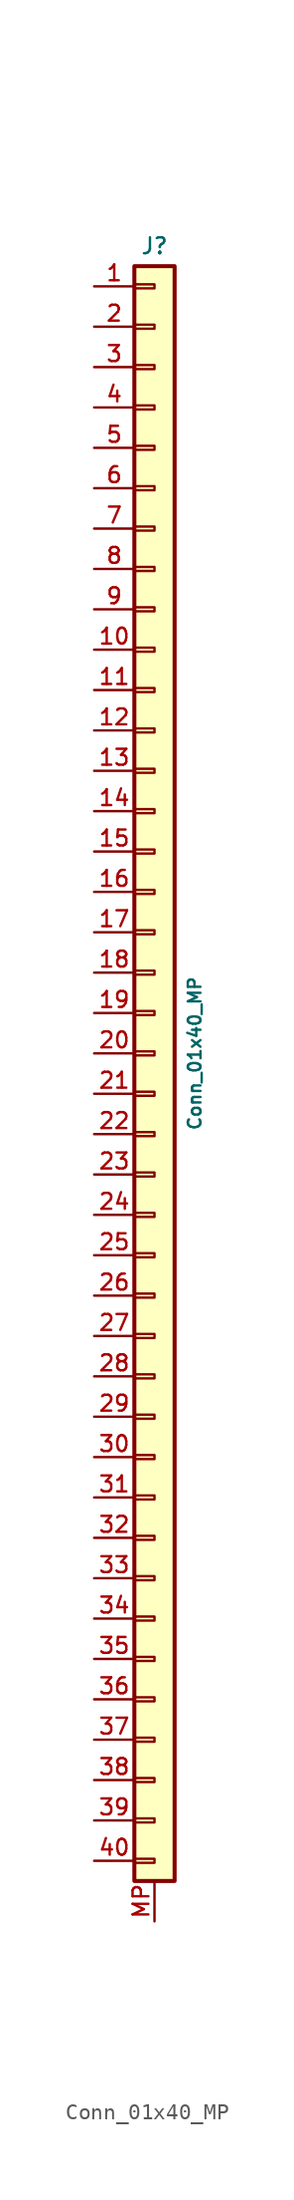
<source format=kicad_sym>
(kicad_symbol_lib
  (version 20201005)
  (generator kicad_symbol_editor)
  (symbol "HDLib_Connector:Conn_01x40_MP"
    (pin_names
      (offset 1.016) hide)
    (property "Reference" "J"
      (at 0 50.8 0)
      (effects (font (size 1 1))))
    (property "Value" "Conn_01x40_MP"
      (at 2.54 0 90)
      (effects (font (size 0.8 0.8))))
    (symbol "Conn_01x40_MP_1_1"
      (rectangle (start -1.27 -50.673) (end 0 -50.927) (stroke (width 0.152)) (fill (type none)))
      (rectangle (start -1.27 -48.133) (end 0 -48.387) (stroke (width 0.152)) (fill (type none)))
      (rectangle (start -1.27 -45.593) (end 0 -45.847) (stroke (width 0.152)) (fill (type none)))
      (rectangle (start -1.27 -43.053) (end 0 -43.307) (stroke (width 0.152)) (fill (type none)))
      (rectangle (start -1.27 -40.513) (end 0 -40.767) (stroke (width 0.152)) (fill (type none)))
      (rectangle (start -1.27 -37.973) (end 0 -38.227) (stroke (width 0.152)) (fill (type none)))
      (rectangle (start -1.27 -35.433) (end 0 -35.687) (stroke (width 0.152)) (fill (type none)))
      (rectangle (start -1.27 -32.893) (end 0 -33.147) (stroke (width 0.152)) (fill (type none)))
      (rectangle (start -1.27 -30.353) (end 0 -30.607) (stroke (width 0.152)) (fill (type none)))
      (rectangle (start -1.27 -27.813) (end 0 -28.067) (stroke (width 0.152)) (fill (type none)))
      (rectangle (start -1.27 -25.273) (end 0 -25.527) (stroke (width 0.152)) (fill (type none)))
      (rectangle (start -1.27 -22.733) (end 0 -22.987) (stroke (width 0.152)) (fill (type none)))
      (rectangle (start -1.27 -20.193) (end 0 -20.447) (stroke (width 0.152)) (fill (type none)))
      (rectangle (start -1.27 -17.653) (end 0 -17.907) (stroke (width 0.152)) (fill (type none)))
      (rectangle (start -1.27 -15.113) (end 0 -15.367) (stroke (width 0.152)) (fill (type none)))
      (rectangle (start -1.27 -12.573) (end 0 -12.827) (stroke (width 0.152)) (fill (type none)))
      (rectangle (start -1.27 -10.033) (end 0 -10.287) (stroke (width 0.152)) (fill (type none)))
      (rectangle (start -1.27 -7.493) (end 0 -7.747) (stroke (width 0.152)) (fill (type none)))
      (rectangle (start -1.27 -4.953) (end 0 -5.207) (stroke (width 0.152)) (fill (type none)))
      (rectangle (start -1.27 -2.413) (end 0 -2.667) (stroke (width 0.152)) (fill (type none)))
      (rectangle (start -1.27 0.127) (end 0 -0.127) (stroke (width 0.152)) (fill (type none)))
      (rectangle (start -1.27 2.667) (end 0 2.413) (stroke (width 0.152)) (fill (type none)))
      (rectangle (start -1.27 5.207) (end 0 4.953) (stroke (width 0.152)) (fill (type none)))
      (rectangle (start -1.27 7.747) (end 0 7.493) (stroke (width 0.152)) (fill (type none)))
      (rectangle (start -1.27 10.287) (end 0 10.033) (stroke (width 0.152)) (fill (type none)))
      (rectangle (start -1.27 12.827) (end 0 12.573) (stroke (width 0.152)) (fill (type none)))
      (rectangle (start -1.27 15.367) (end 0 15.113) (stroke (width 0.152)) (fill (type none)))
      (rectangle (start -1.27 17.907) (end 0 17.653) (stroke (width 0.152)) (fill (type none)))
      (rectangle (start -1.27 20.447) (end 0 20.193) (stroke (width 0.152)) (fill (type none)))
      (rectangle (start -1.27 22.987) (end 0 22.733) (stroke (width 0.152)) (fill (type none)))
      (rectangle (start -1.27 25.527) (end 0 25.273) (stroke (width 0.152)) (fill (type none)))
      (rectangle (start -1.27 28.067) (end 0 27.813) (stroke (width 0.152)) (fill (type none)))
      (rectangle (start -1.27 30.607) (end 0 30.353) (stroke (width 0.152)) (fill (type none)))
      (rectangle (start -1.27 33.147) (end 0 32.893) (stroke (width 0.152)) (fill (type none)))
      (rectangle (start -1.27 35.687) (end 0 35.433) (stroke (width 0.152)) (fill (type none)))
      (rectangle (start -1.27 38.227) (end 0 37.973) (stroke (width 0.152)) (fill (type none)))
      (rectangle (start -1.27 40.767) (end 0 40.513) (stroke (width 0.152)) (fill (type none)))
      (rectangle (start -1.27 43.307) (end 0 43.053) (stroke (width 0.152)) (fill (type none)))
      (rectangle (start -1.27 45.847) (end 0 45.593) (stroke (width 0.152)) (fill (type none)))
      (rectangle (start -1.27 48.387) (end 0 48.133) (stroke (width 0.152)) (fill (type none)))
      (rectangle (start -1.27 49.53) (end 1.27 -52.07) (stroke (width 0.254)) (fill (type background)))
      (pin passive line (at -3.81 48.26 0) (length 2.54) (name "Pin_1" (effects (font (size 1 1)))) (number "1" (effects (font (size 1 1)))))
      (pin passive line (at -3.81 25.4 0) (length 2.54) (name "Pin_10" (effects (font (size 1 1)))) (number "10" (effects (font (size 1 1)))))
      (pin passive line (at -3.81 22.86 0) (length 2.54) (name "Pin_11" (effects (font (size 1 1)))) (number "11" (effects (font (size 1 1)))))
      (pin passive line (at -3.81 20.32 0) (length 2.54) (name "Pin_12" (effects (font (size 1 1)))) (number "12" (effects (font (size 1 1)))))
      (pin passive line (at -3.81 17.78 0) (length 2.54) (name "Pin_13" (effects (font (size 1 1)))) (number "13" (effects (font (size 1 1)))))
      (pin passive line (at -3.81 15.24 0) (length 2.54) (name "Pin_14" (effects (font (size 1 1)))) (number "14" (effects (font (size 1 1)))))
      (pin passive line (at -3.81 12.7 0) (length 2.54) (name "Pin_15" (effects (font (size 1 1)))) (number "15" (effects (font (size 1 1)))))
      (pin passive line (at -3.81 10.16 0) (length 2.54) (name "Pin_16" (effects (font (size 1 1)))) (number "16" (effects (font (size 1 1)))))
      (pin passive line (at -3.81 7.62 0) (length 2.54) (name "Pin_17" (effects (font (size 1 1)))) (number "17" (effects (font (size 1 1)))))
      (pin passive line (at -3.81 5.08 0) (length 2.54) (name "Pin_18" (effects (font (size 1 1)))) (number "18" (effects (font (size 1 1)))))
      (pin passive line (at -3.81 2.54 0) (length 2.54) (name "Pin_19" (effects (font (size 1 1)))) (number "19" (effects (font (size 1 1)))))
      (pin passive line (at -3.81 45.72 0) (length 2.54) (name "Pin_2" (effects (font (size 1 1)))) (number "2" (effects (font (size 1 1)))))
      (pin passive line (at -3.81 0 0) (length 2.54) (name "Pin_20" (effects (font (size 1 1)))) (number "20" (effects (font (size 1 1)))))
      (pin passive line (at -3.81 -2.54 0) (length 2.54) (name "Pin_21" (effects (font (size 1 1)))) (number "21" (effects (font (size 1 1)))))
      (pin passive line (at -3.81 -5.08 0) (length 2.54) (name "Pin_22" (effects (font (size 1 1)))) (number "22" (effects (font (size 1 1)))))
      (pin passive line (at -3.81 -7.62 0) (length 2.54) (name "Pin_23" (effects (font (size 1 1)))) (number "23" (effects (font (size 1 1)))))
      (pin passive line (at -3.81 -10.16 0) (length 2.54) (name "Pin_24" (effects (font (size 1 1)))) (number "24" (effects (font (size 1 1)))))
      (pin passive line (at -3.81 -12.7 0) (length 2.54) (name "Pin_25" (effects (font (size 1 1)))) (number "25" (effects (font (size 1 1)))))
      (pin passive line (at -3.81 -15.24 0) (length 2.54) (name "Pin_26" (effects (font (size 1 1)))) (number "26" (effects (font (size 1 1)))))
      (pin passive line (at -3.81 -17.78 0) (length 2.54) (name "Pin_27" (effects (font (size 1 1)))) (number "27" (effects (font (size 1 1)))))
      (pin passive line (at -3.81 -20.32 0) (length 2.54) (name "Pin_28" (effects (font (size 1 1)))) (number "28" (effects (font (size 1 1)))))
      (pin passive line (at -3.81 -22.86 0) (length 2.54) (name "Pin_29" (effects (font (size 1 1)))) (number "29" (effects (font (size 1 1)))))
      (pin passive line (at -3.81 43.18 0) (length 2.54) (name "Pin_3" (effects (font (size 1 1)))) (number "3" (effects (font (size 1 1)))))
      (pin passive line (at -3.81 -25.4 0) (length 2.54) (name "Pin_30" (effects (font (size 1 1)))) (number "30" (effects (font (size 1 1)))))
      (pin passive line (at -3.81 -27.94 0) (length 2.54) (name "Pin_31" (effects (font (size 1 1)))) (number "31" (effects (font (size 1 1)))))
      (pin passive line (at -3.81 -30.48 0) (length 2.54) (name "Pin_32" (effects (font (size 1 1)))) (number "32" (effects (font (size 1 1)))))
      (pin passive line (at -3.81 -33.02 0) (length 2.54) (name "Pin_33" (effects (font (size 1 1)))) (number "33" (effects (font (size 1 1)))))
      (pin passive line (at -3.81 -35.56 0) (length 2.54) (name "Pin_34" (effects (font (size 1 1)))) (number "34" (effects (font (size 1 1)))))
      (pin passive line (at -3.81 -38.1 0) (length 2.54) (name "Pin_35" (effects (font (size 1 1)))) (number "35" (effects (font (size 1 1)))))
      (pin passive line (at -3.81 -40.64 0) (length 2.54) (name "Pin_36" (effects (font (size 1 1)))) (number "36" (effects (font (size 1 1)))))
      (pin passive line (at -3.81 -43.18 0) (length 2.54) (name "Pin_37" (effects (font (size 1 1)))) (number "37" (effects (font (size 1 1)))))
      (pin passive line (at -3.81 -45.72 0) (length 2.54) (name "Pin_38" (effects (font (size 1 1)))) (number "38" (effects (font (size 1 1)))))
      (pin passive line (at -3.81 -48.26 0) (length 2.54) (name "Pin_39" (effects (font (size 1 1)))) (number "39" (effects (font (size 1 1)))))
      (pin passive line (at -3.81 40.64 0) (length 2.54) (name "Pin_4" (effects (font (size 1 1)))) (number "4" (effects (font (size 1 1)))))
      (pin passive line (at -3.81 -50.8 0) (length 2.54) (name "Pin_40" (effects (font (size 1 1)))) (number "40" (effects (font (size 1 1)))))
      (pin passive line (at -3.81 38.1 0) (length 2.54) (name "Pin_5" (effects (font (size 1 1)))) (number "5" (effects (font (size 1 1)))))
      (pin passive line (at -3.81 35.56 0) (length 2.54) (name "Pin_6" (effects (font (size 1 1)))) (number "6" (effects (font (size 1 1)))))
      (pin passive line (at -3.81 33.02 0) (length 2.54) (name "Pin_7" (effects (font (size 1 1)))) (number "7" (effects (font (size 1 1)))))
      (pin passive line (at -3.81 30.48 0) (length 2.54) (name "Pin_8" (effects (font (size 1 1)))) (number "8" (effects (font (size 1 1)))))
      (pin passive line (at -3.81 27.94 0) (length 2.54) (name "Pin_9" (effects (font (size 1 1)))) (number "9" (effects (font (size 1 1)))))
      (pin passive line (at 0 -54.61 90) (length 2.54) (name "MP" (effects (font (size 1 1)))) (number "MP" (effects (font (size 1 1))))))))
</source>
